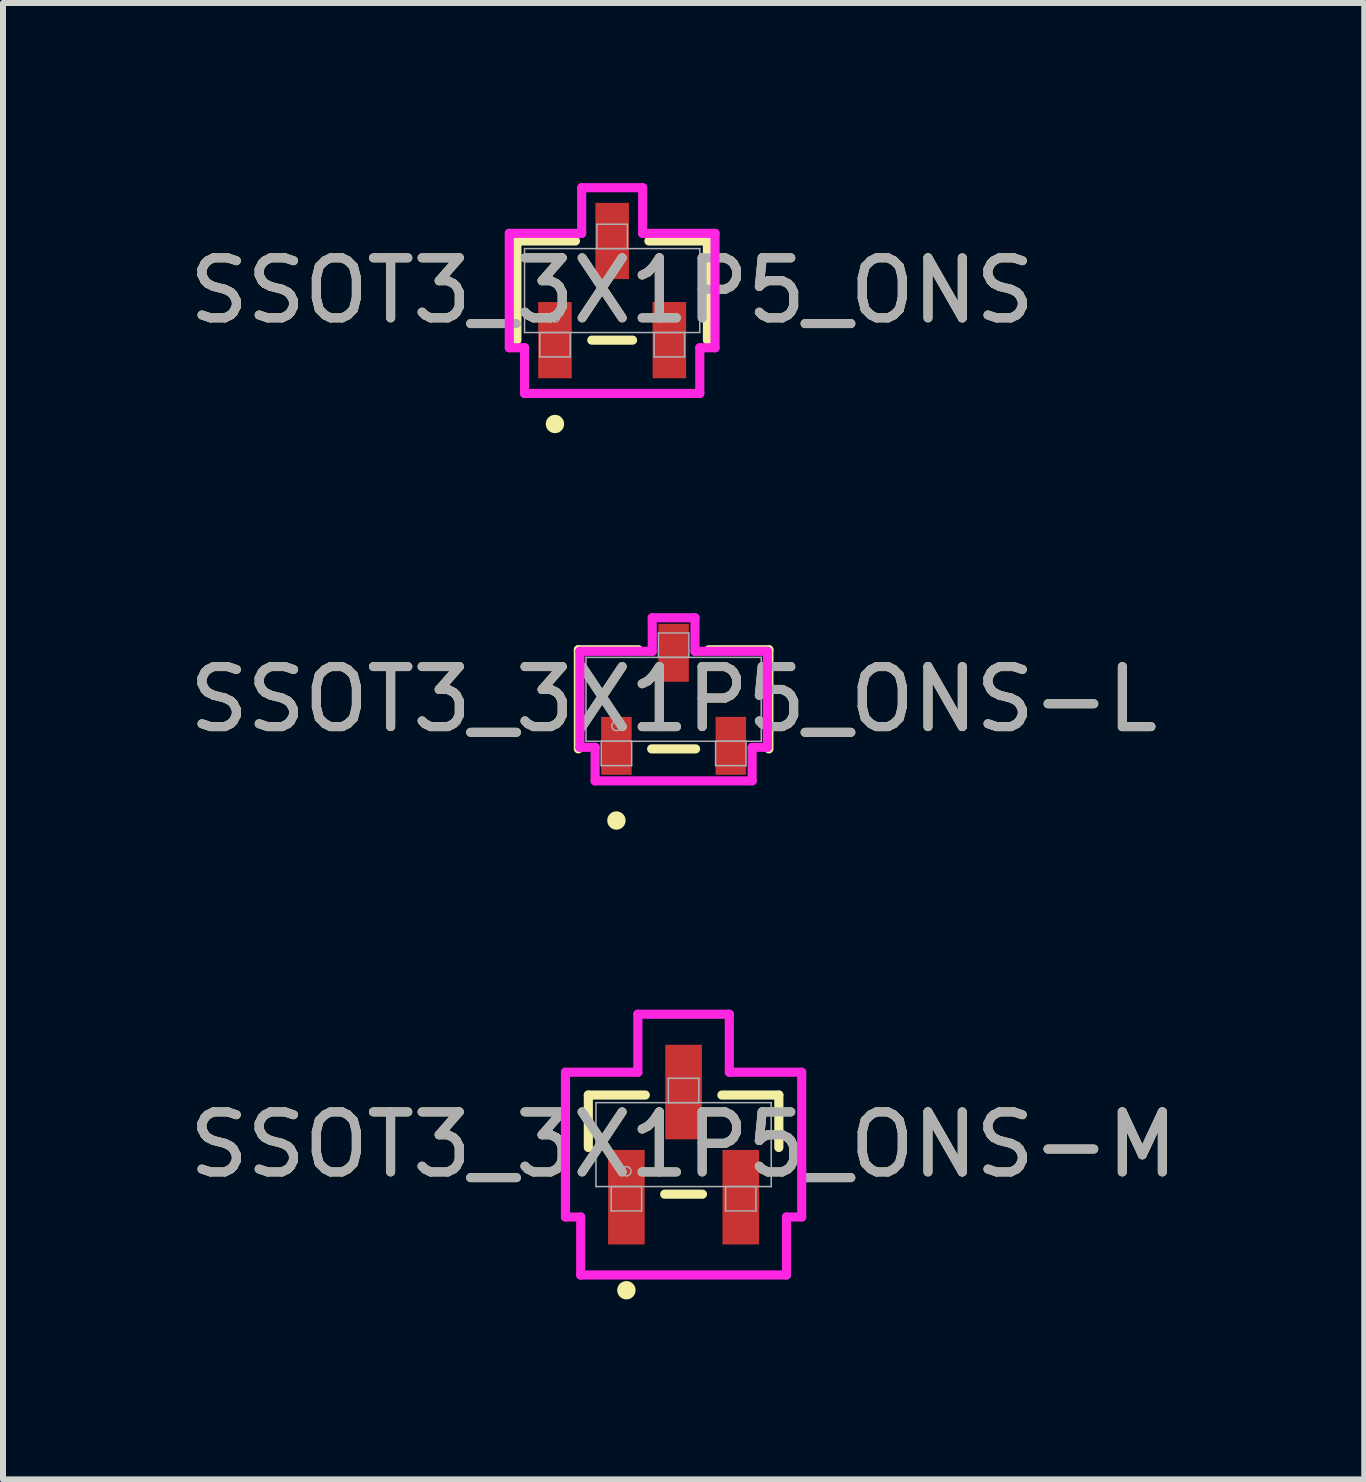
<source format=kicad_pcb>
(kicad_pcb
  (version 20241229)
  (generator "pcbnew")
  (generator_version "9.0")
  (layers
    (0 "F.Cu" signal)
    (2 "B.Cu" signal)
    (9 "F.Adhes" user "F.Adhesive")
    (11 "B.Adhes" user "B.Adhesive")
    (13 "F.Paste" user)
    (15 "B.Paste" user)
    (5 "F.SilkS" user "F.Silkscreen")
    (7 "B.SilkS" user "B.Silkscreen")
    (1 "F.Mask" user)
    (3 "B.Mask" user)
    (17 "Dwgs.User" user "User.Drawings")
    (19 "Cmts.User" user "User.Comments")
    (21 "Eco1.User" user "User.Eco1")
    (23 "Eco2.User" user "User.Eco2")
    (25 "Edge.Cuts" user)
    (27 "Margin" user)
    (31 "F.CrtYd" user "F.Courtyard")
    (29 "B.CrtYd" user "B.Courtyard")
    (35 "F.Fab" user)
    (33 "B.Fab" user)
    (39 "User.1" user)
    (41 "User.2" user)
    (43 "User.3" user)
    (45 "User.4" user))
  (footprint "SSOT3_3X1P5_ONS-L"
    (layer "F.Cu")
    (at 8.173 8.601)
    (property "Reference" "SSOT3_3X1P5_ONS-L" (at 0 0 0) (unlocked yes) (layer "F.SilkS") (effects (font (size 1 1) (thickness 0.15))))
    (attr smd)
    (fp_line (start -1.587 -0.826) (end -1.587 0.826) (stroke (width 0.152) (type solid)) (layer "F.SilkS"))
    (fp_line (start -0.587 -0.826) (end -1.587 -0.826) (stroke (width 0.152) (type solid)) (layer "F.SilkS"))
    (fp_line (start -0.366 0.826) (end 0.366 0.826) (stroke (width 0.152) (type solid)) (layer "F.SilkS"))
    (fp_line (start 1.587 -0.826) (end 0.587 -0.826) (stroke (width 0.152) (type solid)) (layer "F.SilkS"))
    (fp_line (start 1.587 0.826) (end 1.587 -0.826) (stroke (width 0.152) (type solid)) (layer "F.SilkS"))
    (fp_circle (center -0.953 2.019) (end -0.876 2.019) (stroke (width 0.152) (type solid)) (fill no) (layer "F.SilkS"))
    (fp_line (start -1.562 -0.8) (end -0.356 -0.8) (stroke (width 0.152) (type solid)) (layer "F.CrtYd"))
    (fp_line (start -1.562 0.8) (end -1.562 -0.8) (stroke (width 0.152) (type solid)) (layer "F.CrtYd"))
    (fp_line (start -1.562 0.8) (end -1.308 0.8) (stroke (width 0.152) (type solid)) (layer "F.CrtYd"))
    (fp_line (start -1.308 0.8) (end -1.308 1.359) (stroke (width 0.152) (type solid)) (layer "F.CrtYd"))
    (fp_line (start -1.308 1.359) (end 1.308 1.359) (stroke (width 0.152) (type solid)) (layer "F.CrtYd"))
    (fp_line (start -0.356 -1.359) (end 0.356 -1.359) (stroke (width 0.152) (type solid)) (layer "F.CrtYd"))
    (fp_line (start -0.356 -0.8) (end -0.356 -1.359) (stroke (width 0.152) (type solid)) (layer "F.CrtYd"))
    (fp_line (start 0.356 -0.8) (end 0.356 -1.359) (stroke (width 0.152) (type solid)) (layer "F.CrtYd"))
    (fp_line (start 1.308 0.8) (end 1.308 1.359) (stroke (width 0.152) (type solid)) (layer "F.CrtYd"))
    (fp_line (start 1.562 -0.8) (end 0.356 -0.8) (stroke (width 0.152) (type solid)) (layer "F.CrtYd"))
    (fp_line (start 1.562 -0.8) (end 1.562 0.8) (stroke (width 0.152) (type solid)) (layer "F.CrtYd"))
    (fp_line (start 1.562 0.8) (end 1.308 0.8) (stroke (width 0.152) (type solid)) (layer "F.CrtYd"))
    (fp_line (start -1.46 -0.699) (end -1.46 0.699) (stroke (width 0.025) (type solid)) (layer "F.Fab"))
    (fp_line (start -1.46 0.699) (end 1.46 0.699) (stroke (width 0.025) (type solid)) (layer "F.Fab"))
    (fp_line (start -1.206 0.699) (end -1.206 1.105) (stroke (width 0.025) (type solid)) (layer "F.Fab"))
    (fp_line (start -1.206 1.105) (end -0.699 1.105) (stroke (width 0.025) (type solid)) (layer "F.Fab"))
    (fp_line (start -0.699 0.699) (end -1.206 0.699) (stroke (width 0.025) (type solid)) (layer "F.Fab"))
    (fp_line (start -0.699 1.105) (end -0.699 0.699) (stroke (width 0.025) (type solid)) (layer "F.Fab"))
    (fp_line (start -0.254 -1.105) (end -0.254 -0.699) (stroke (width 0.025) (type solid)) (layer "F.Fab"))
    (fp_line (start -0.254 -0.699) (end 0.254 -0.699) (stroke (width 0.025) (type solid)) (layer "F.Fab"))
    (fp_line (start 0.254 -1.105) (end -0.254 -1.105) (stroke (width 0.025) (type solid)) (layer "F.Fab"))
    (fp_line (start 0.254 -0.699) (end 0.254 -1.105) (stroke (width 0.025) (type solid)) (layer "F.Fab"))
    (fp_line (start 0.699 0.699) (end 0.699 1.105) (stroke (width 0.025) (type solid)) (layer "F.Fab"))
    (fp_line (start 0.699 1.105) (end 1.206 1.105) (stroke (width 0.025) (type solid)) (layer "F.Fab"))
    (fp_line (start 1.206 0.699) (end 0.699 0.699) (stroke (width 0.025) (type solid)) (layer "F.Fab"))
    (fp_line (start 1.206 1.105) (end 1.206 0.699) (stroke (width 0.025) (type solid)) (layer "F.Fab"))
    (fp_line (start 1.46 -0.699) (end -1.46 -0.699) (stroke (width 0.025) (type solid)) (layer "F.Fab"))
    (fp_line (start 1.46 0.699) (end 1.46 -0.699) (stroke (width 0.025) (type solid)) (layer "F.Fab"))
    (fp_circle (center -0.953 0.445) (end -0.876 0.445) (stroke (width 0.025) (type solid)) (fill no) (layer "F.Fab"))
    (fp_text user "${REFERENCE}" (at 0 0 0) (unlocked yes) (layer "F.Fab") (effects (font (size 1 1) (thickness 0.15))))
    (pad "1" smd rect (at -0.953 0.775) (size 0.508 0.965) (layers "F.Cu" "F.Mask" "F.Paste"))
    (pad "2" smd rect (at 0.953 0.775) (size 0.508 0.965) (layers "F.Cu" "F.Mask" "F.Paste"))
    (pad "3" smd rect (at 0 -0.775) (size 0.508 0.965) (layers "F.Cu" "F.Mask" "F.Paste")))
  (footprint "SSOT3_3X1P5_ONS-M"
    (layer "F.Cu")
    (at 8.339 16.02)
    (property "Reference" "SSOT3_3X1P5_ONS-M" (at 0 0 0) (unlocked yes) (layer "F.SilkS") (effects (font (size 1 1) (thickness 0.15))))
    (attr smd)
    (fp_line (start -1.587 -0.826) (end -1.587 0.048) (stroke (width 0.152) (type solid)) (layer "F.SilkS"))
    (fp_line (start -0.638 -0.826) (end -1.587 -0.826) (stroke (width 0.152) (type solid)) (layer "F.SilkS"))
    (fp_line (start -0.315 0.826) (end 0.315 0.826) (stroke (width 0.152) (type solid)) (layer "F.SilkS"))
    (fp_line (start 1.587 -0.826) (end 0.638 -0.826) (stroke (width 0.152) (type solid)) (layer "F.SilkS"))
    (fp_line (start 1.587 0.048) (end 1.587 -0.826) (stroke (width 0.152) (type solid)) (layer "F.SilkS"))
    (fp_circle (center -0.953 2.426) (end -0.876 2.426) (stroke (width 0.152) (type solid)) (fill no) (layer "F.SilkS"))
    (fp_line (start -1.968 -1.206) (end -0.762 -1.206) (stroke (width 0.152) (type solid)) (layer "F.CrtYd"))
    (fp_line (start -1.968 1.206) (end -1.968 -1.206) (stroke (width 0.152) (type solid)) (layer "F.CrtYd"))
    (fp_line (start -1.968 1.206) (end -1.714 1.206) (stroke (width 0.152) (type solid)) (layer "F.CrtYd"))
    (fp_line (start -1.714 1.206) (end -1.714 2.172) (stroke (width 0.152) (type solid)) (layer "F.CrtYd"))
    (fp_line (start -1.714 2.172) (end 1.714 2.172) (stroke (width 0.152) (type solid)) (layer "F.CrtYd"))
    (fp_line (start -0.762 -2.172) (end 0.762 -2.172) (stroke (width 0.152) (type solid)) (layer "F.CrtYd"))
    (fp_line (start -0.762 -1.206) (end -0.762 -2.172) (stroke (width 0.152) (type solid)) (layer "F.CrtYd"))
    (fp_line (start 0.762 -1.206) (end 0.762 -2.172) (stroke (width 0.152) (type solid)) (layer "F.CrtYd"))
    (fp_line (start 1.714 1.206) (end 1.714 2.172) (stroke (width 0.152) (type solid)) (layer "F.CrtYd"))
    (fp_line (start 1.968 -1.206) (end 0.762 -1.206) (stroke (width 0.152) (type solid)) (layer "F.CrtYd"))
    (fp_line (start 1.968 -1.206) (end 1.968 1.206) (stroke (width 0.152) (type solid)) (layer "F.CrtYd"))
    (fp_line (start 1.968 1.206) (end 1.714 1.206) (stroke (width 0.152) (type solid)) (layer "F.CrtYd"))
    (fp_line (start -1.46 -0.699) (end -1.46 0.699) (stroke (width 0.025) (type solid)) (layer "F.Fab"))
    (fp_line (start -1.46 0.699) (end 1.46 0.699) (stroke (width 0.025) (type solid)) (layer "F.Fab"))
    (fp_line (start -1.206 0.699) (end -1.206 1.105) (stroke (width 0.025) (type solid)) (layer "F.Fab"))
    (fp_line (start -1.206 1.105) (end -0.699 1.105) (stroke (width 0.025) (type solid)) (layer "F.Fab"))
    (fp_line (start -0.699 0.699) (end -1.206 0.699) (stroke (width 0.025) (type solid)) (layer "F.Fab"))
    (fp_line (start -0.699 1.105) (end -0.699 0.699) (stroke (width 0.025) (type solid)) (layer "F.Fab"))
    (fp_line (start -0.254 -1.105) (end -0.254 -0.699) (stroke (width 0.025) (type solid)) (layer "F.Fab"))
    (fp_line (start -0.254 -0.699) (end 0.254 -0.699) (stroke (width 0.025) (type solid)) (layer "F.Fab"))
    (fp_line (start 0.254 -1.105) (end -0.254 -1.105) (stroke (width 0.025) (type solid)) (layer "F.Fab"))
    (fp_line (start 0.254 -0.699) (end 0.254 -1.105) (stroke (width 0.025) (type solid)) (layer "F.Fab"))
    (fp_line (start 0.699 0.699) (end 0.699 1.105) (stroke (width 0.025) (type solid)) (layer "F.Fab"))
    (fp_line (start 0.699 1.105) (end 1.206 1.105) (stroke (width 0.025) (type solid)) (layer "F.Fab"))
    (fp_line (start 1.206 0.699) (end 0.699 0.699) (stroke (width 0.025) (type solid)) (layer "F.Fab"))
    (fp_line (start 1.206 1.105) (end 1.206 0.699) (stroke (width 0.025) (type solid)) (layer "F.Fab"))
    (fp_line (start 1.46 -0.699) (end -1.46 -0.699) (stroke (width 0.025) (type solid)) (layer "F.Fab"))
    (fp_line (start 1.46 0.699) (end 1.46 -0.699) (stroke (width 0.025) (type solid)) (layer "F.Fab"))
    (fp_circle (center -0.953 0.445) (end -0.876 0.445) (stroke (width 0.025) (type solid)) (fill no) (layer "F.Fab"))
    (fp_text user "${REFERENCE}" (at 0 0 0) (unlocked yes) (layer "F.Fab") (effects (font (size 1 1) (thickness 0.15))))
    (pad "1" smd rect (at -0.953 0.876) (size 0.61 1.575) (layers "F.Cu" "F.Mask" "F.Paste"))
    (pad "2" smd rect (at 0.953 0.876) (size 0.61 1.575) (layers "F.Cu" "F.Mask" "F.Paste"))
    (pad "3" smd rect (at 0 -0.876) (size 0.61 1.575) (layers "F.Cu" "F.Mask" "F.Paste")))
  (footprint "SSOT3_3X1P5_ONS"
    (layer "F.Cu")
    (at 7.149 1.791)
    (property "Reference" "SSOT3_3X1P5_ONS" (at 0 0 0) (unlocked yes) (layer "F.SilkS") (effects (font (size 1 1) (thickness 0.15))))
    (attr smd)
    (fp_line (start -1.587 -0.826) (end -1.587 0.826) (stroke (width 0.152) (type solid)) (layer "F.SilkS"))
    (fp_line (start -0.612 -0.826) (end -1.587 -0.826) (stroke (width 0.152) (type solid)) (layer "F.SilkS"))
    (fp_line (start -0.34 0.826) (end 0.34 0.826) (stroke (width 0.152) (type solid)) (layer "F.SilkS"))
    (fp_line (start 1.587 -0.826) (end 0.612 -0.826) (stroke (width 0.152) (type solid)) (layer "F.SilkS"))
    (fp_line (start 1.587 0.826) (end 1.587 -0.826) (stroke (width 0.152) (type solid)) (layer "F.SilkS"))
    (fp_circle (center -0.953 2.223) (end -0.876 2.223) (stroke (width 0.152) (type solid)) (fill no) (layer "F.SilkS"))
    (fp_line (start -1.714 -0.953) (end -0.508 -0.953) (stroke (width 0.152) (type solid)) (layer "F.CrtYd"))
    (fp_line (start -1.714 0.953) (end -1.714 -0.953) (stroke (width 0.152) (type solid)) (layer "F.CrtYd"))
    (fp_line (start -1.714 0.953) (end -1.46 0.953) (stroke (width 0.152) (type solid)) (layer "F.CrtYd"))
    (fp_line (start -1.46 0.953) (end -1.46 1.714) (stroke (width 0.152) (type solid)) (layer "F.CrtYd"))
    (fp_line (start -1.46 1.714) (end 1.46 1.714) (stroke (width 0.152) (type solid)) (layer "F.CrtYd"))
    (fp_line (start -0.508 -1.714) (end 0.508 -1.714) (stroke (width 0.152) (type solid)) (layer "F.CrtYd"))
    (fp_line (start -0.508 -0.953) (end -0.508 -1.714) (stroke (width 0.152) (type solid)) (layer "F.CrtYd"))
    (fp_line (start 0.508 -0.953) (end 0.508 -1.714) (stroke (width 0.152) (type solid)) (layer "F.CrtYd"))
    (fp_line (start 1.46 0.953) (end 1.46 1.714) (stroke (width 0.152) (type solid)) (layer "F.CrtYd"))
    (fp_line (start 1.714 -0.953) (end 0.508 -0.953) (stroke (width 0.152) (type solid)) (layer "F.CrtYd"))
    (fp_line (start 1.714 -0.953) (end 1.714 0.953) (stroke (width 0.152) (type solid)) (layer "F.CrtYd"))
    (fp_line (start 1.714 0.953) (end 1.46 0.953) (stroke (width 0.152) (type solid)) (layer "F.CrtYd"))
    (fp_line (start -1.46 -0.699) (end -1.46 0.699) (stroke (width 0.025) (type solid)) (layer "F.Fab"))
    (fp_line (start -1.46 0.699) (end 1.46 0.699) (stroke (width 0.025) (type solid)) (layer "F.Fab"))
    (fp_line (start -1.206 0.699) (end -1.206 1.105) (stroke (width 0.025) (type solid)) (layer "F.Fab"))
    (fp_line (start -1.206 1.105) (end -0.699 1.105) (stroke (width 0.025) (type solid)) (layer "F.Fab"))
    (fp_line (start -0.699 0.699) (end -1.206 0.699) (stroke (width 0.025) (type solid)) (layer "F.Fab"))
    (fp_line (start -0.699 1.105) (end -0.699 0.699) (stroke (width 0.025) (type solid)) (layer "F.Fab"))
    (fp_line (start -0.254 -1.105) (end -0.254 -0.699) (stroke (width 0.025) (type solid)) (layer "F.Fab"))
    (fp_line (start -0.254 -0.699) (end 0.254 -0.699) (stroke (width 0.025) (type solid)) (layer "F.Fab"))
    (fp_line (start 0.254 -1.105) (end -0.254 -1.105) (stroke (width 0.025) (type solid)) (layer "F.Fab"))
    (fp_line (start 0.254 -0.699) (end 0.254 -1.105) (stroke (width 0.025) (type solid)) (layer "F.Fab"))
    (fp_line (start 0.699 0.699) (end 0.699 1.105) (stroke (width 0.025) (type solid)) (layer "F.Fab"))
    (fp_line (start 0.699 1.105) (end 1.206 1.105) (stroke (width 0.025) (type solid)) (layer "F.Fab"))
    (fp_line (start 1.206 0.699) (end 0.699 0.699) (stroke (width 0.025) (type solid)) (layer "F.Fab"))
    (fp_line (start 1.206 1.105) (end 1.206 0.699) (stroke (width 0.025) (type solid)) (layer "F.Fab"))
    (fp_line (start 1.46 -0.699) (end -1.46 -0.699) (stroke (width 0.025) (type solid)) (layer "F.Fab"))
    (fp_line (start 1.46 0.699) (end 1.46 -0.699) (stroke (width 0.025) (type solid)) (layer "F.Fab"))
    (fp_circle (center -0.953 0.445) (end -0.876 0.445) (stroke (width 0.025) (type solid)) (fill no) (layer "F.Fab"))
    (fp_text user "${REFERENCE}" (at 0 0 0) (unlocked yes) (layer "F.Fab") (effects (font (size 1 1) (thickness 0.15))))
    (pad "1" smd rect (at -0.953 0.826) (size 0.559 1.27) (layers "F.Cu" "F.Mask" "F.Paste"))
    (pad "2" smd rect (at 0.953 0.826) (size 0.559 1.27) (layers "F.Cu" "F.Mask" "F.Paste"))
    (pad "3" smd rect (at 0 -0.826) (size 0.559 1.27) (layers "F.Cu" "F.Mask" "F.Paste")))
  (gr_rect
    (start -3 -3)
    (end 19.679 21.598)
    (stroke (width 0.1) (type default))
    (fill no)
    (layer "Edge.Cuts")))
</source>
